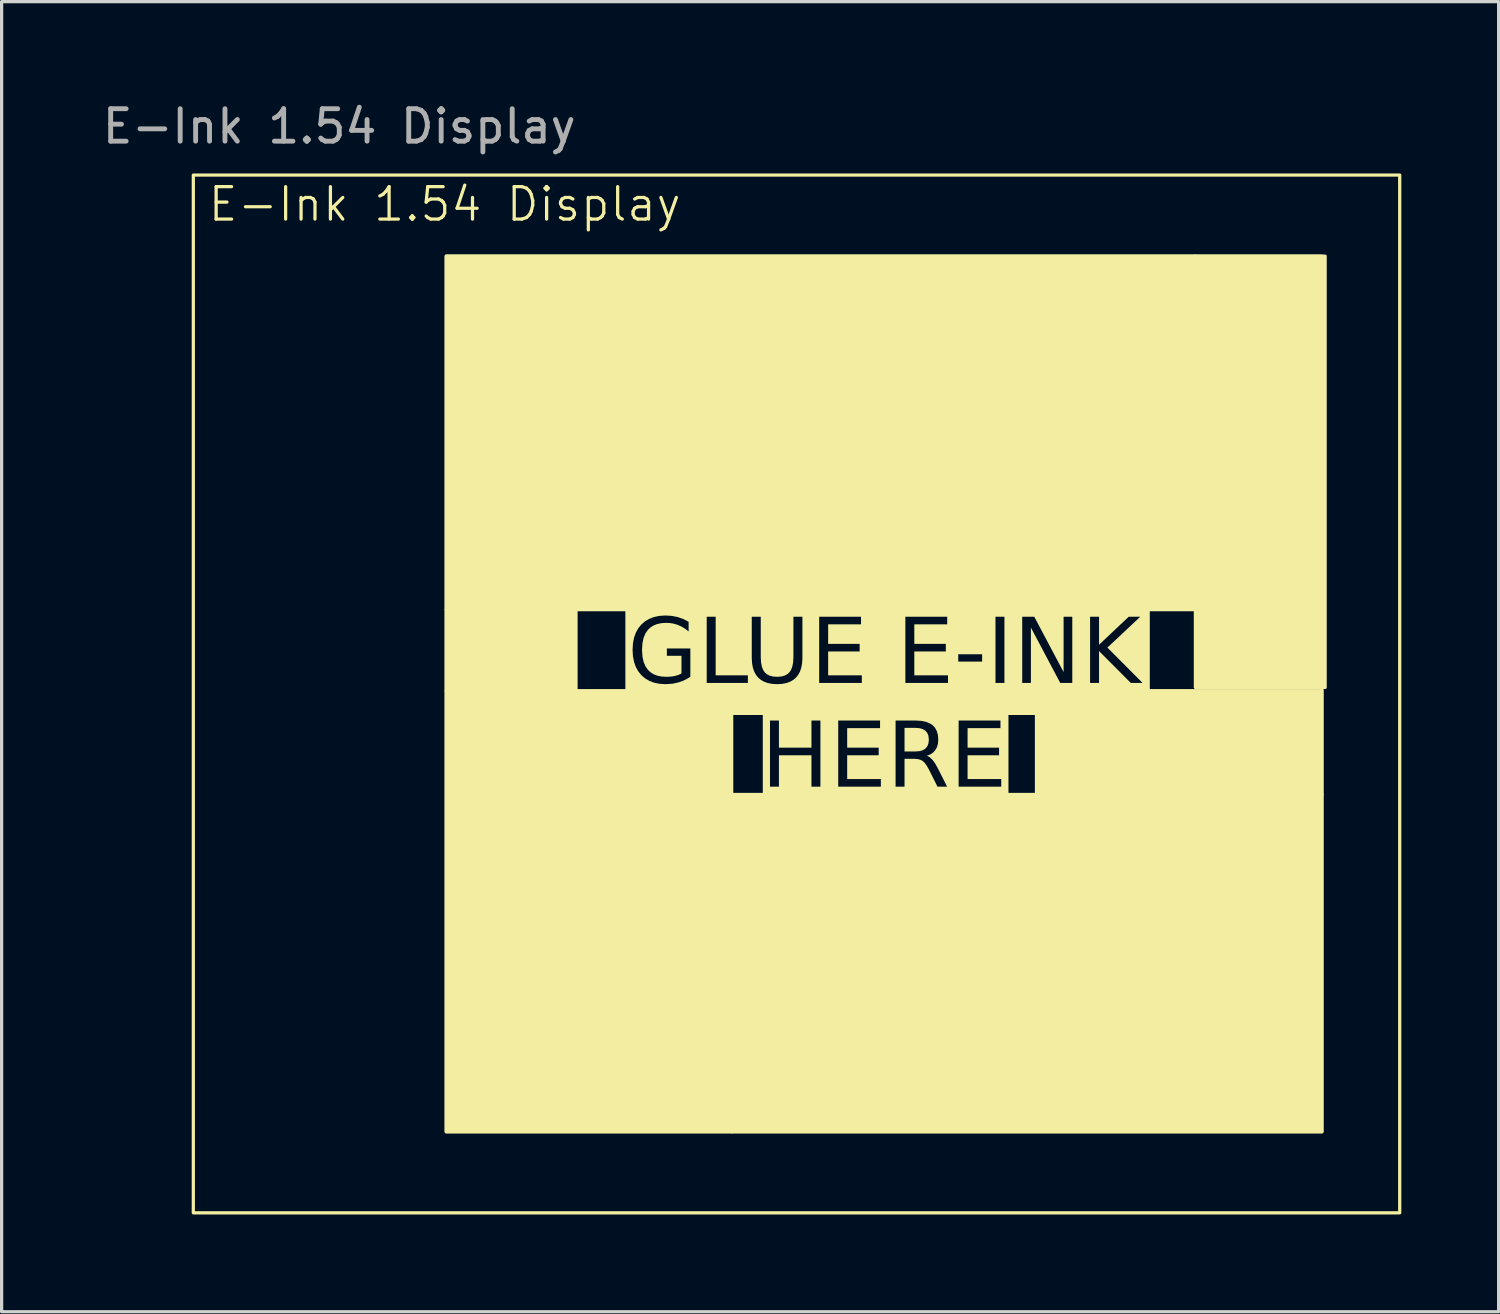
<source format=kicad_pcb>
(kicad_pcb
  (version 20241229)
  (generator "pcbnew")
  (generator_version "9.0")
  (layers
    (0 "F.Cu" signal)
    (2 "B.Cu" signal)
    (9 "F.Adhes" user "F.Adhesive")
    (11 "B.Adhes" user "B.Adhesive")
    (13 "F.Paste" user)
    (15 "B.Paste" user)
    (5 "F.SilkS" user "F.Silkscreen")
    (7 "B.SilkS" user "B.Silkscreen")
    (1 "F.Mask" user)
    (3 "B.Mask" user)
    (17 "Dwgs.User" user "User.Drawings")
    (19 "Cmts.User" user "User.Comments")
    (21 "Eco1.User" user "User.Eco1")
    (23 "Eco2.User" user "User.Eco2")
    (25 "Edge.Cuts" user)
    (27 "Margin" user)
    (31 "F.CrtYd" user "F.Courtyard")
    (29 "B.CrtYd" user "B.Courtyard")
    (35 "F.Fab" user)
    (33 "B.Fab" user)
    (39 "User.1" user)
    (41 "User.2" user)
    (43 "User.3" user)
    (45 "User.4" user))
  (footprint "E-Ink 1.54 Display"
    (layer "F.Cu")
    (at 2.911 2.348)
    (property "Reference" "E-Ink 1.54 Display" (at 0.4 0.9 0) (unlocked yes) (layer "F.SilkS") (effects (font (size 1 1) (thickness 0.1)) (justify left)))
    (attr smd)
    (fp_rect (start 0 0) (end 37.2 32) (stroke (width 0.1) (type default)) (fill no) (layer "F.SilkS"))
    (fp_rect (start 7.8 2.5) (end 30.9 13.4) (stroke (width 0.1) (type default)) (fill yes) (layer "F.SilkS"))
    (fp_rect (start 7.8 2.5) (end 34.8 29.5) (stroke (width 0.1) (type default)) (fill no) (layer "F.SilkS"))
    (fp_rect (start 7.8 13.4) (end 11.8 15.9) (stroke (width 0.1) (type default)) (fill yes) (layer "F.SilkS"))
    (fp_rect (start 7.8 15.9) (end 16.6 29.5) (stroke (width 0.1) (type default)) (fill yes) (layer "F.SilkS"))
    (fp_rect (start 16.6 15.9) (end 26 16.6) (stroke (width 0.1) (type default)) (fill yes) (layer "F.SilkS"))
    (fp_rect (start 16.6 19.1) (end 34.8 29.5) (stroke (width 0.1) (type default)) (fill yes) (layer "F.SilkS"))
    (fp_rect (start 26 15.9) (end 34.8 19.1) (stroke (width 0.1) (type default)) (fill yes) (layer "F.SilkS"))
    (fp_rect (start 30.9 2.5) (end 34.9 15.8) (stroke (width 0.1) (type default)) (fill yes) (layer "F.SilkS"))
    (fp_text user "HERE" (at 21.3 19.2 0) (unlocked yes) (layer "F.SilkS" knockout) (effects (font (face "Toxigenesis Rg") (size 2 2) (thickness 0.1)) (justify bottom)))
    (fp_text user "GLUE E-INK" (at 21.3 16 0) (unlocked yes) (layer "F.SilkS" knockout) (effects (font (face "Toxigenesis Rg") (size 2 2) (thickness 0.1)) (justify bottom)))
    (fp_text user "${REFERENCE}" (at 4.5 -1.5 0) (unlocked yes) (layer "F.Fab") (effects (font (size 1 1) (thickness 0.15)))))
  (gr_rect
    (start -3 -3)
    (end 43.161 37.398)
    (stroke (width 0.1) (type default))
    (fill no)
    (layer "Edge.Cuts")))
</source>
